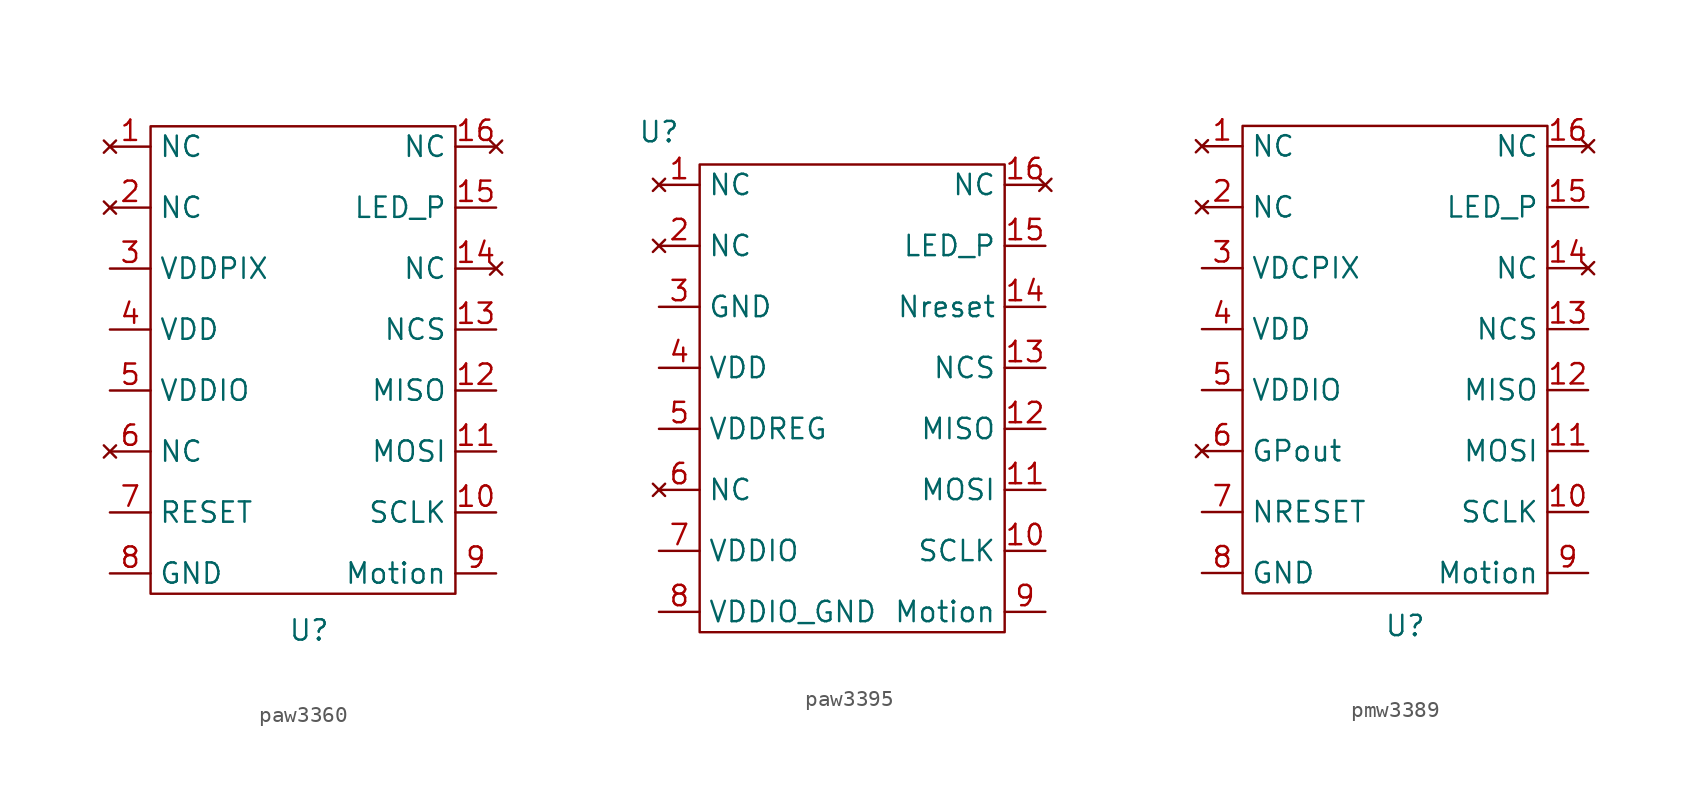
<source format=kicad_sym>
(kicad_symbol_lib
  (version 20231120)
  (generator "kicad_symbol_editor")
  (generator_version "8.0")
  (symbol "paw3360"
    (property "Reference" "U"
      (at -0.254 -17.526 0)
      (effects (font (size 1.27 1.27))))
    (property "Value" ""
      (at 0 0 0)
      (effects (font (size 1.27 1.27))))
    (symbol "paw3360_0_1"
      (rectangle (start -10.16 13.97) (end 8.89 -15.24) (stroke (width 0) (type default)) (fill (type none))))
    (symbol "paw3360_1_1"
      (pin no_connect line (at -12.7 12.7 0) (length 2.54) (name "NC" (effects (font (size 1.27 1.27)))) (number "1" (effects (font (size 1.27 1.27)))))
      (pin input line (at 11.43 -10.16 180) (length 2.54) (name "SCLK" (effects (font (size 1.27 1.27)))) (number "10" (effects (font (size 1.27 1.27)))))
      (pin input line (at 11.43 -6.35 180) (length 2.54) (name "MOSI" (effects (font (size 1.27 1.27)))) (number "11" (effects (font (size 1.27 1.27)))))
      (pin output line (at 11.43 -2.54 180) (length 2.54) (name "MISO" (effects (font (size 1.27 1.27)))) (number "12" (effects (font (size 1.27 1.27)))))
      (pin input line (at 11.43 1.27 180) (length 2.54) (name "NCS" (effects (font (size 1.27 1.27)))) (number "13" (effects (font (size 1.27 1.27)))))
      (pin no_connect line (at 11.43 5.08 180) (length 2.54) (name "NC" (effects (font (size 1.27 1.27)))) (number "14" (effects (font (size 1.27 1.27)))))
      (pin input line (at 11.43 8.89 180) (length 2.54) (name "LED_P" (effects (font (size 1.27 1.27)))) (number "15" (effects (font (size 1.27 1.27)))))
      (pin no_connect line (at 11.43 12.7 180) (length 2.54) (name "NC" (effects (font (size 1.27 1.27)))) (number "16" (effects (font (size 1.27 1.27)))))
      (pin no_connect line (at -12.7 8.89 0) (length 2.54) (name "NC" (effects (font (size 1.27 1.27)))) (number "2" (effects (font (size 1.27 1.27)))))
      (pin output line (at -12.7 5.08 0) (length 2.54) (name "VDDPIX" (effects (font (size 1.27 1.27)))) (number "3" (effects (font (size 1.27 1.27)))))
      (pin input line (at -12.7 1.27 0) (length 2.54) (name "VDD" (effects (font (size 1.27 1.27)))) (number "4" (effects (font (size 1.27 1.27)))))
      (pin power_in line (at -12.7 -2.54 0) (length 2.54) (name "VDDIO" (effects (font (size 1.27 1.27)))) (number "5" (effects (font (size 1.27 1.27)))))
      (pin no_connect line (at -12.7 -6.35 0) (length 2.54) (name "NC" (effects (font (size 1.27 1.27)))) (number "6" (effects (font (size 1.27 1.27)))))
      (pin power_in line (at -12.7 -10.16 0) (length 2.54) (name "RESET" (effects (font (size 1.27 1.27)))) (number "7" (effects (font (size 1.27 1.27)))))
      (pin power_in line (at -12.7 -13.97 0) (length 2.54) (name "GND" (effects (font (size 1.27 1.27)))) (number "8" (effects (font (size 1.27 1.27)))))
      (pin output line (at 11.43 -13.97 180) (length 2.54) (name "Motion" (effects (font (size 1.27 1.27)))) (number "9" (effects (font (size 1.27 1.27)))))))
  (symbol "paw3395"
    (property "Reference" "U"
      (at -2.54 2.032 0)
      (effects (font (size 1.27 1.27))))
    (property "Value" ""
      (at 0 0 0)
      (effects (font (size 1.27 1.27))))
    (symbol "paw3395_0_1"
      (rectangle (start 0 0) (end 19.05 -29.21) (stroke (width 0) (type default)) (fill (type none))))
    (symbol "paw3395_1_1"
      (pin no_connect line (at -2.54 -1.27 0) (length 2.54) (name "NC" (effects (font (size 1.27 1.27)))) (number "1" (effects (font (size 1.27 1.27)))))
      (pin input line (at 21.59 -24.13 180) (length 2.54) (name "SCLK" (effects (font (size 1.27 1.27)))) (number "10" (effects (font (size 1.27 1.27)))))
      (pin input line (at 21.59 -20.32 180) (length 2.54) (name "MOSI" (effects (font (size 1.27 1.27)))) (number "11" (effects (font (size 1.27 1.27)))))
      (pin output line (at 21.59 -16.51 180) (length 2.54) (name "MISO" (effects (font (size 1.27 1.27)))) (number "12" (effects (font (size 1.27 1.27)))))
      (pin input line (at 21.59 -12.7 180) (length 2.54) (name "NCS" (effects (font (size 1.27 1.27)))) (number "13" (effects (font (size 1.27 1.27)))))
      (pin input line (at 21.59 -8.89 180) (length 2.54) (name "Nreset" (effects (font (size 1.27 1.27)))) (number "14" (effects (font (size 1.27 1.27)))))
      (pin input line (at 21.59 -5.08 180) (length 2.54) (name "LED_P" (effects (font (size 1.27 1.27)))) (number "15" (effects (font (size 1.27 1.27)))))
      (pin no_connect line (at 21.59 -1.27 180) (length 2.54) (name "NC" (effects (font (size 1.27 1.27)))) (number "16" (effects (font (size 1.27 1.27)))))
      (pin no_connect line (at -2.54 -5.08 0) (length 2.54) (name "NC" (effects (font (size 1.27 1.27)))) (number "2" (effects (font (size 1.27 1.27)))))
      (pin output line (at -2.54 -8.89 0) (length 2.54) (name "GND" (effects (font (size 1.27 1.27)))) (number "3" (effects (font (size 1.27 1.27)))))
      (pin input line (at -2.54 -12.7 0) (length 2.54) (name "VDD" (effects (font (size 1.27 1.27)))) (number "4" (effects (font (size 1.27 1.27)))))
      (pin power_in line (at -2.54 -16.51 0) (length 2.54) (name "VDDREG" (effects (font (size 1.27 1.27)))) (number "5" (effects (font (size 1.27 1.27)))))
      (pin no_connect line (at -2.54 -20.32 0) (length 2.54) (name "NC" (effects (font (size 1.27 1.27)))) (number "6" (effects (font (size 1.27 1.27)))))
      (pin power_in line (at -2.54 -24.13 0) (length 2.54) (name "VDDIO" (effects (font (size 1.27 1.27)))) (number "7" (effects (font (size 1.27 1.27)))))
      (pin power_in line (at -2.54 -27.94 0) (length 2.54) (name "VDDIO_GND" (effects (font (size 1.27 1.27)))) (number "8" (effects (font (size 1.27 1.27)))))
      (pin output line (at 21.59 -27.94 180) (length 2.54) (name "Motion" (effects (font (size 1.27 1.27)))) (number "9" (effects (font (size 1.27 1.27)))))))
  (symbol "pmw3389"
    (property "Reference" "U"
      (at 0 -17.272 0)
      (effects (font (size 1.27 1.27))))
    (property "Value" ""
      (at 0 0 0)
      (effects (font (size 1.27 1.27))))
    (symbol "pmw3389_0_1"
      (rectangle (start -10.16 13.97) (end 8.89 -15.24) (stroke (width 0) (type default)) (fill (type none))))
    (symbol "pmw3389_1_1"
      (pin no_connect line (at -12.7 12.7 0) (length 2.54) (name "NC" (effects (font (size 1.27 1.27)))) (number "1" (effects (font (size 1.27 1.27)))))
      (pin input line (at 11.43 -10.16 180) (length 2.54) (name "SCLK" (effects (font (size 1.27 1.27)))) (number "10" (effects (font (size 1.27 1.27)))))
      (pin input line (at 11.43 -6.35 180) (length 2.54) (name "MOSI" (effects (font (size 1.27 1.27)))) (number "11" (effects (font (size 1.27 1.27)))))
      (pin output line (at 11.43 -2.54 180) (length 2.54) (name "MISO" (effects (font (size 1.27 1.27)))) (number "12" (effects (font (size 1.27 1.27)))))
      (pin input line (at 11.43 1.27 180) (length 2.54) (name "NCS" (effects (font (size 1.27 1.27)))) (number "13" (effects (font (size 1.27 1.27)))))
      (pin no_connect line (at 11.43 5.08 180) (length 2.54) (name "NC" (effects (font (size 1.27 1.27)))) (number "14" (effects (font (size 1.27 1.27)))))
      (pin input line (at 11.43 8.89 180) (length 2.54) (name "LED_P" (effects (font (size 1.27 1.27)))) (number "15" (effects (font (size 1.27 1.27)))))
      (pin no_connect line (at 11.43 12.7 180) (length 2.54) (name "NC" (effects (font (size 1.27 1.27)))) (number "16" (effects (font (size 1.27 1.27)))))
      (pin no_connect line (at -12.7 8.89 0) (length 2.54) (name "NC" (effects (font (size 1.27 1.27)))) (number "2" (effects (font (size 1.27 1.27)))))
      (pin output line (at -12.7 5.08 0) (length 2.54) (name "VDCPIX" (effects (font (size 1.27 1.27)))) (number "3" (effects (font (size 1.27 1.27)))))
      (pin input line (at -12.7 1.27 0) (length 2.54) (name "VDD" (effects (font (size 1.27 1.27)))) (number "4" (effects (font (size 1.27 1.27)))))
      (pin power_in line (at -12.7 -2.54 0) (length 2.54) (name "VDDIO" (effects (font (size 1.27 1.27)))) (number "5" (effects (font (size 1.27 1.27)))))
      (pin no_connect line (at -12.7 -6.35 0) (length 2.54) (name "GPout" (effects (font (size 1.27 1.27)))) (number "6" (effects (font (size 1.27 1.27)))))
      (pin power_in line (at -12.7 -10.16 0) (length 2.54) (name "NRESET" (effects (font (size 1.27 1.27)))) (number "7" (effects (font (size 1.27 1.27)))))
      (pin power_in line (at -12.7 -13.97 0) (length 2.54) (name "GND" (effects (font (size 1.27 1.27)))) (number "8" (effects (font (size 1.27 1.27)))))
      (pin output line (at 11.43 -13.97 180) (length 2.54) (name "Motion" (effects (font (size 1.27 1.27)))) (number "9" (effects (font (size 1.27 1.27))))))))
</source>
